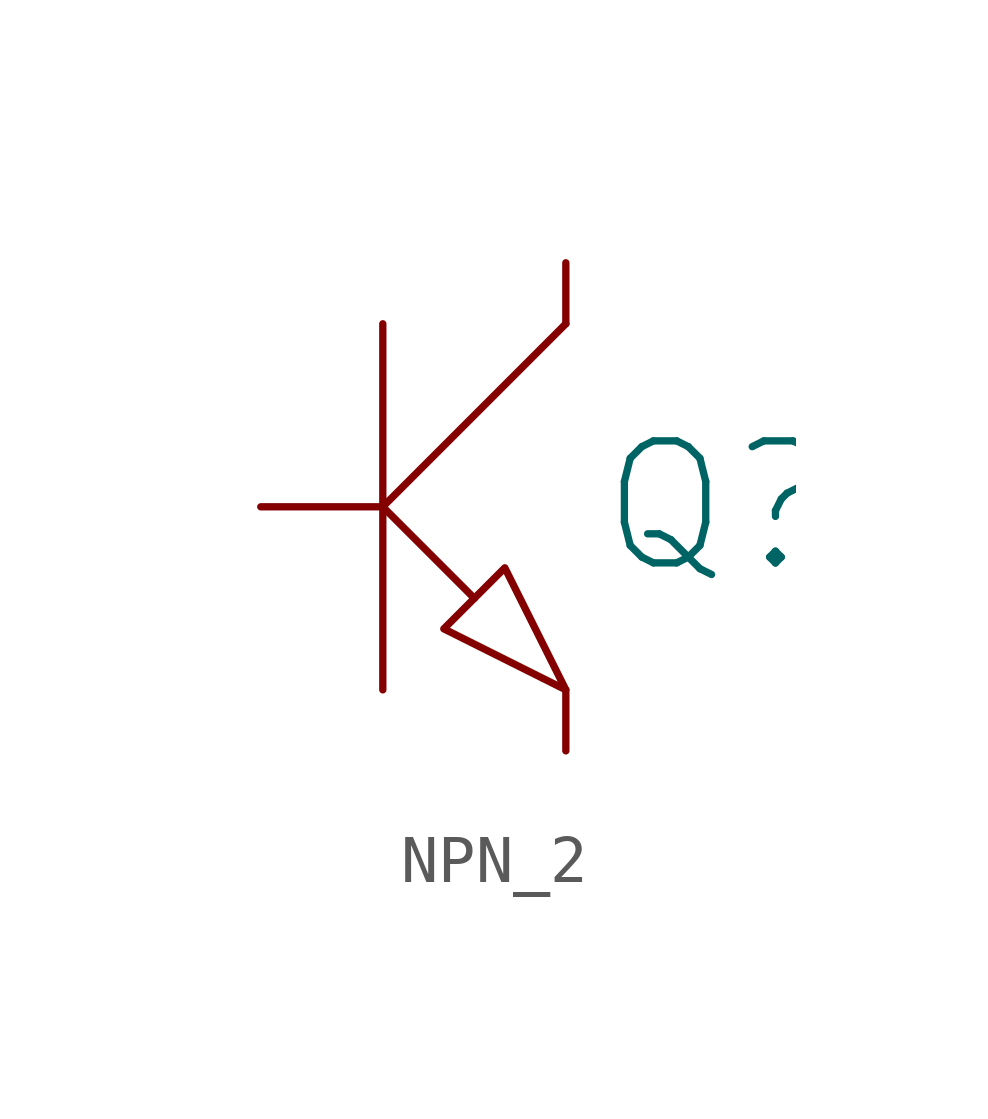
<source format=kicad_sym>
(kicad_symbol_lib
  (version 20231120)
  (generator "kicad_symbol_editor")
  (generator_version "8.0")
  (symbol "NPN_2"
    (pin_names
      (offset 1.016))
    (property "Reference" "Q"
      (at 6.985 -5.08 0)
      (effects (font (size 2.54 2.54)) (justify left)))
    (symbol "NPN_2_0_0"
      (polyline (pts (xy 4.445 -6.985) (xy 2.54 -5.08)) (stroke (width 0) (type default)) (fill (type none)))
      (polyline (pts (xy 6.35 -8.89) (xy 5.08 -6.35) (xy 3.81 -7.62) (xy 6.35 -8.89)) (stroke (width 0) (type default)) (fill (type none))))
    (symbol "NPN_2_0_1"
      (polyline (pts (xy 2.54 -5.08) (xy 6.35 -1.27)) (stroke (width 0) (type default)) (fill (type none)))
      (polyline (pts (xy 2.54 -1.27) (xy 2.54 -8.89)) (stroke (width 0) (type default)) (fill (type none))))
    (symbol "NPN_2_1_1"
      (pin input line (at 0 -5.08 0) (length 2.54) (name "" (effects (font (size 1.27 1.27)))) (number "" (effects (font (size 1.143 1.143)))))
      (pin input line (at 6.35 -10.16 90) (length 1.27) (name "" (effects (font (size 1.27 1.27)))) (number "" (effects (font (size 1.143 1.143)))))
      (pin input line (at 6.35 0 270) (length 1.27) (name "" (effects (font (size 1.27 1.27)))) (number "" (effects (font (size 1.143 1.143))))))))
</source>
